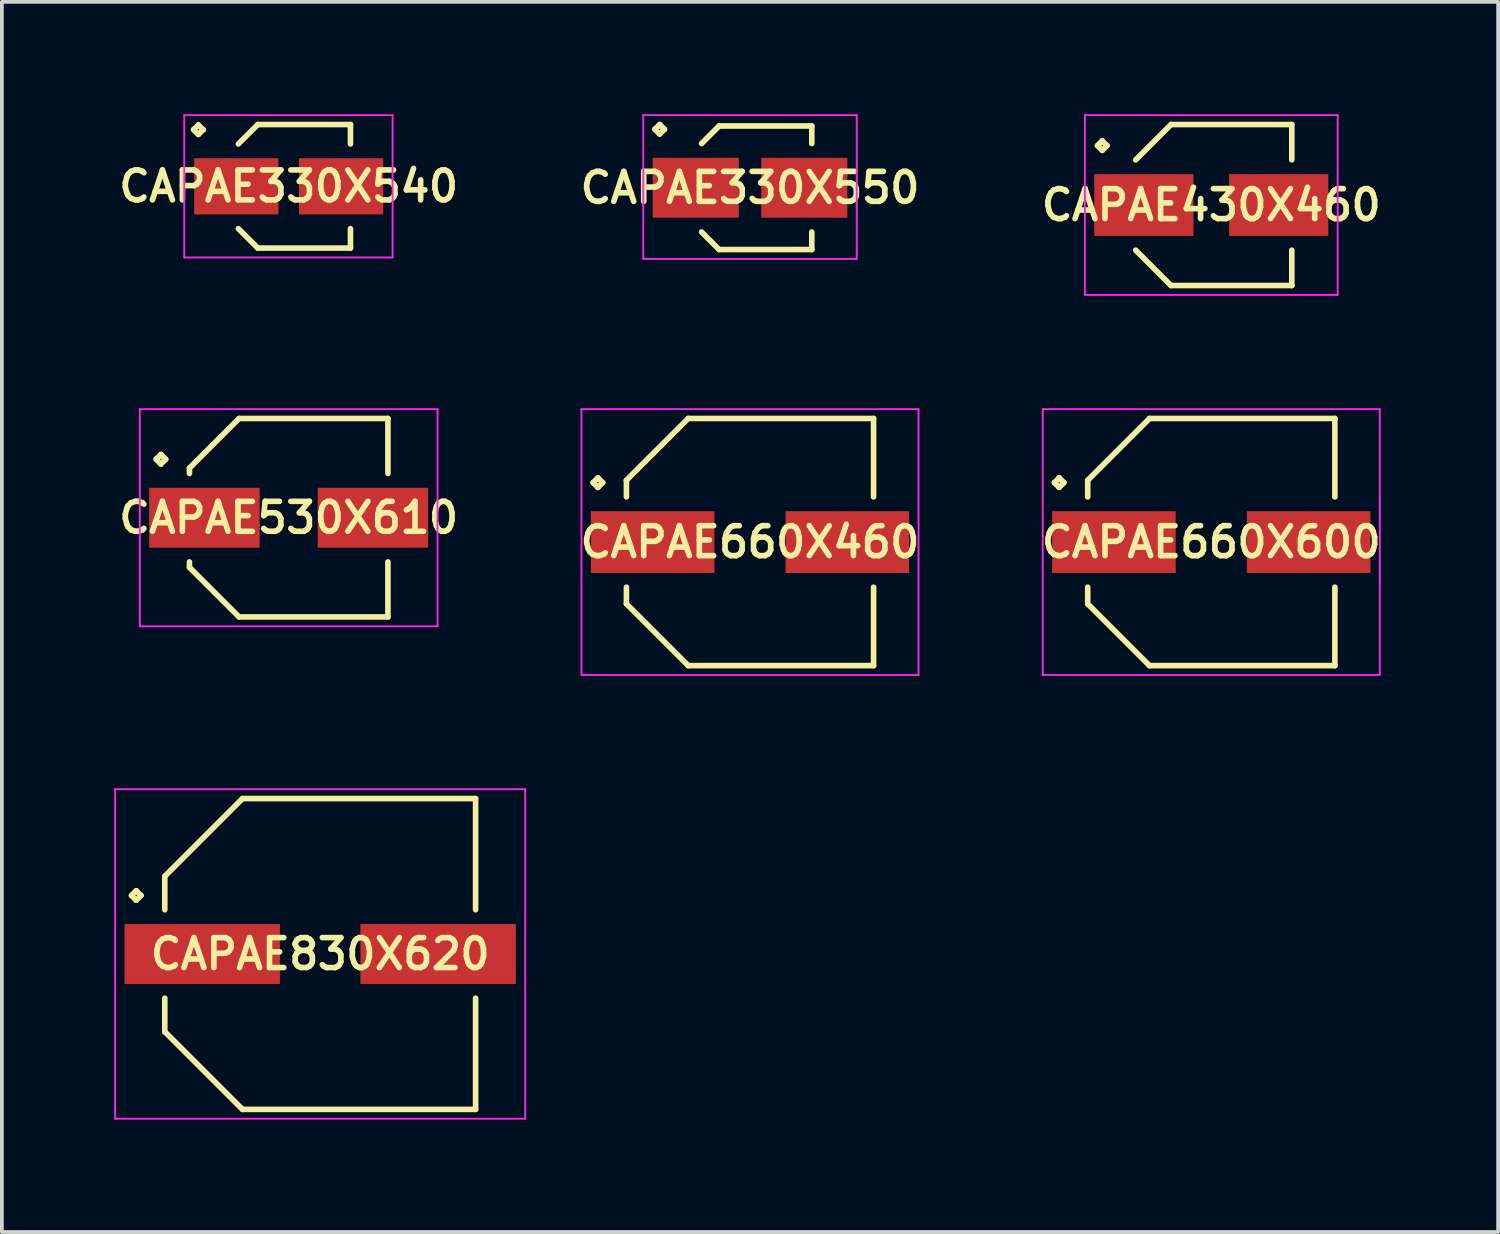
<source format=kicad_pcb>
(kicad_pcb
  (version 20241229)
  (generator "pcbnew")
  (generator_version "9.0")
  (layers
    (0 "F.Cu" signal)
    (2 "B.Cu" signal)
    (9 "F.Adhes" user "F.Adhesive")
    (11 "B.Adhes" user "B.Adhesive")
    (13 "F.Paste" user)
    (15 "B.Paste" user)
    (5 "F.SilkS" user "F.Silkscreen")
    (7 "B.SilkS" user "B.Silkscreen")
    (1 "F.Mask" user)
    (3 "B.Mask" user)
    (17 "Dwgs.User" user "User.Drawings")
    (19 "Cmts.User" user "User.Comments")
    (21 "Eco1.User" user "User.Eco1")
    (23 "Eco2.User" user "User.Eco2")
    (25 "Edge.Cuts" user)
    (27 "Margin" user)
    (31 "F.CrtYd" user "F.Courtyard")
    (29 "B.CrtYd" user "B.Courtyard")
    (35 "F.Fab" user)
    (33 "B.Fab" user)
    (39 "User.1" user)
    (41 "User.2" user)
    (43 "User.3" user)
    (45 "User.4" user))
  (footprint "CAPAE660X460"
    (layer "F.Cu")
    (at 16.978 11.425)
    (property "Reference" "CAPAE660X460" (at 0 0 0) (layer "F.SilkS") (effects (font (size 0.8 0.8) (thickness 0.15))))
    (attr smd)
    (fp_line (start -4.189 -1.587) (end -4.062 -1.714) (stroke (width 0.15) (type solid)) (layer "F.SilkS"))
    (fp_line (start -4.062 -1.714) (end -3.935 -1.587) (stroke (width 0.15) (type solid)) (layer "F.SilkS"))
    (fp_line (start -4.062 -1.46) (end -4.189 -1.587) (stroke (width 0.15) (type solid)) (layer "F.SilkS"))
    (fp_line (start -3.935 -1.587) (end -4.062 -1.46) (stroke (width 0.15) (type solid)) (layer "F.SilkS"))
    (fp_line (start -3.3 -1.65) (end -3.3 -1.206) (stroke (width 0.15) (type solid)) (layer "F.SilkS"))
    (fp_line (start -3.3 1.65) (end -3.3 1.206) (stroke (width 0.15) (type solid)) (layer "F.SilkS"))
    (fp_line (start -1.65 -3.3) (end -3.3 -1.65) (stroke (width 0.15) (type solid)) (layer "F.SilkS"))
    (fp_line (start -1.65 3.3) (end -3.3 1.65) (stroke (width 0.15) (type solid)) (layer "F.SilkS"))
    (fp_line (start 3.3 -3.3) (end -1.65 -3.3) (stroke (width 0.15) (type solid)) (layer "F.SilkS"))
    (fp_line (start 3.3 -1.206) (end 3.3 -3.3) (stroke (width 0.15) (type solid)) (layer "F.SilkS"))
    (fp_line (start 3.3 1.206) (end 3.3 3.3) (stroke (width 0.15) (type solid)) (layer "F.SilkS"))
    (fp_line (start 3.3 3.3) (end -1.65 3.3) (stroke (width 0.15) (type solid)) (layer "F.SilkS"))
    (fp_line (start -4.5 -3.55) (end 4.5 -3.55) (stroke (width 0.05) (type solid)) (layer "F.CrtYd"))
    (fp_line (start -4.5 3.55) (end -4.5 -3.55) (stroke (width 0.05) (type solid)) (layer "F.CrtYd"))
    (fp_line (start 4.5 -3.55) (end 4.5 3.55) (stroke (width 0.05) (type solid)) (layer "F.CrtYd"))
    (fp_line (start 4.5 3.55) (end -4.5 3.55) (stroke (width 0.05) (type solid)) (layer "F.CrtYd"))
    (pad "1" smd rect (at -2.6 0) (size 3.3 1.65) (layers "F.Cu" "F.Mask" "F.Paste"))
    (pad "2" smd rect (at 2.6 0) (size 3.3 1.65) (layers "F.Cu" "F.Mask" "F.Paste")))
  (footprint "CAPAE830X620"
    (layer "F.Cu")
    (at 5.5 22.425)
    (property "Reference" "CAPAE830X620" (at 0 0 0) (layer "F.SilkS") (effects (font (size 0.8 0.8) (thickness 0.15))))
    (attr smd)
    (fp_line (start -5.039 -1.562) (end -4.912 -1.689) (stroke (width 0.15) (type solid)) (layer "F.SilkS"))
    (fp_line (start -4.912 -1.689) (end -4.785 -1.562) (stroke (width 0.15) (type solid)) (layer "F.SilkS"))
    (fp_line (start -4.912 -1.435) (end -5.039 -1.562) (stroke (width 0.15) (type solid)) (layer "F.SilkS"))
    (fp_line (start -4.785 -1.562) (end -4.912 -1.435) (stroke (width 0.15) (type solid)) (layer "F.SilkS"))
    (fp_line (start -4.15 -2.075) (end -4.15 -1.181) (stroke (width 0.15) (type solid)) (layer "F.SilkS"))
    (fp_line (start -4.15 2.075) (end -4.15 1.181) (stroke (width 0.15) (type solid)) (layer "F.SilkS"))
    (fp_line (start -2.075 -4.15) (end -4.15 -2.075) (stroke (width 0.15) (type solid)) (layer "F.SilkS"))
    (fp_line (start -2.075 4.15) (end -4.15 2.075) (stroke (width 0.15) (type solid)) (layer "F.SilkS"))
    (fp_line (start 4.15 -4.15) (end -2.075 -4.15) (stroke (width 0.15) (type solid)) (layer "F.SilkS"))
    (fp_line (start 4.15 -1.181) (end 4.15 -4.15) (stroke (width 0.15) (type solid)) (layer "F.SilkS"))
    (fp_line (start 4.15 1.181) (end 4.15 4.15) (stroke (width 0.15) (type solid)) (layer "F.SilkS"))
    (fp_line (start 4.15 4.15) (end -2.075 4.15) (stroke (width 0.15) (type solid)) (layer "F.SilkS"))
    (fp_line (start -5.475 -4.4) (end 5.475 -4.4) (stroke (width 0.05) (type solid)) (layer "F.CrtYd"))
    (fp_line (start -5.475 4.4) (end -5.475 -4.4) (stroke (width 0.05) (type solid)) (layer "F.CrtYd"))
    (fp_line (start 5.475 -4.4) (end 5.475 4.4) (stroke (width 0.05) (type solid)) (layer "F.CrtYd"))
    (fp_line (start 5.475 4.4) (end -5.475 4.4) (stroke (width 0.05) (type solid)) (layer "F.CrtYd"))
    (pad "1" smd rect (at -3.15 0) (size 4.15 1.6) (layers "F.Cu" "F.Mask" "F.Paste"))
    (pad "2" smd rect (at 3.15 0) (size 4.15 1.6) (layers "F.Cu" "F.Mask" "F.Paste")))
  (footprint "CAPAE330X550"
    (layer "F.Cu")
    (at 16.978 1.964)
    (property "Reference" "CAPAE330X550" (at 0 0 0) (layer "F.SilkS") (effects (font (size 0.8 0.8) (thickness 0.15))))
    (attr smd)
    (fp_line (start -2.539 -1.562) (end -2.412 -1.689) (stroke (width 0.15) (type solid)) (layer "F.SilkS"))
    (fp_line (start -2.412 -1.689) (end -2.285 -1.562) (stroke (width 0.15) (type solid)) (layer "F.SilkS"))
    (fp_line (start -2.412 -1.435) (end -2.539 -1.562) (stroke (width 0.15) (type solid)) (layer "F.SilkS"))
    (fp_line (start -2.285 -1.562) (end -2.412 -1.435) (stroke (width 0.15) (type solid)) (layer "F.SilkS"))
    (fp_line (start -0.825 -1.65) (end -1.294 -1.181) (stroke (width 0.15) (type solid)) (layer "F.SilkS"))
    (fp_line (start -0.825 1.65) (end -1.294 1.181) (stroke (width 0.15) (type solid)) (layer "F.SilkS"))
    (fp_line (start 1.65 -1.65) (end -0.825 -1.65) (stroke (width 0.15) (type solid)) (layer "F.SilkS"))
    (fp_line (start 1.65 -1.181) (end 1.65 -1.65) (stroke (width 0.15) (type solid)) (layer "F.SilkS"))
    (fp_line (start 1.65 1.181) (end 1.65 1.65) (stroke (width 0.15) (type solid)) (layer "F.SilkS"))
    (fp_line (start 1.65 1.65) (end -0.825 1.65) (stroke (width 0.15) (type solid)) (layer "F.SilkS"))
    (fp_line (start -2.85 -1.939) (end 2.85 -1.939) (stroke (width 0.05) (type solid)) (layer "F.CrtYd"))
    (fp_line (start -2.85 1.9) (end -2.85 -1.939) (stroke (width 0.05) (type solid)) (layer "F.CrtYd"))
    (fp_line (start 2.85 -1.939) (end 2.85 1.9) (stroke (width 0.05) (type solid)) (layer "F.CrtYd"))
    (fp_line (start 2.85 1.9) (end -2.85 1.9) (stroke (width 0.05) (type solid)) (layer "F.CrtYd"))
    (pad "1" smd rect (at -1.45 0) (size 2.3 1.6) (layers "F.Cu" "F.Mask" "F.Paste"))
    (pad "2" smd rect (at 1.45 0) (size 2.3 1.6) (layers "F.Cu" "F.Mask" "F.Paste")))
  (footprint "CAPAE530X610"
    (layer "F.Cu")
    (at 4.659 10.775)
    (property "Reference" "CAPAE530X610" (at 0 0 0) (layer "F.SilkS") (effects (font (size 0.8 0.8) (thickness 0.15))))
    (attr smd)
    (fp_line (start -3.539 -1.562) (end -3.412 -1.689) (stroke (width 0.15) (type solid)) (layer "F.SilkS"))
    (fp_line (start -3.412 -1.689) (end -3.285 -1.562) (stroke (width 0.15) (type solid)) (layer "F.SilkS"))
    (fp_line (start -3.412 -1.435) (end -3.539 -1.562) (stroke (width 0.15) (type solid)) (layer "F.SilkS"))
    (fp_line (start -3.285 -1.562) (end -3.412 -1.435) (stroke (width 0.15) (type solid)) (layer "F.SilkS"))
    (fp_line (start -2.65 -1.325) (end -2.65 -1.181) (stroke (width 0.15) (type solid)) (layer "F.SilkS"))
    (fp_line (start -2.65 1.325) (end -2.65 1.181) (stroke (width 0.15) (type solid)) (layer "F.SilkS"))
    (fp_line (start -1.325 -2.65) (end -2.65 -1.325) (stroke (width 0.15) (type solid)) (layer "F.SilkS"))
    (fp_line (start -1.325 2.65) (end -2.65 1.325) (stroke (width 0.15) (type solid)) (layer "F.SilkS"))
    (fp_line (start 2.65 -2.65) (end -1.325 -2.65) (stroke (width 0.15) (type solid)) (layer "F.SilkS"))
    (fp_line (start 2.65 -1.181) (end 2.65 -2.65) (stroke (width 0.15) (type solid)) (layer "F.SilkS"))
    (fp_line (start 2.65 1.181) (end 2.65 2.65) (stroke (width 0.15) (type solid)) (layer "F.SilkS"))
    (fp_line (start 2.65 2.65) (end -1.325 2.65) (stroke (width 0.15) (type solid)) (layer "F.SilkS"))
    (fp_line (start -3.975 -2.9) (end 3.975 -2.9) (stroke (width 0.05) (type solid)) (layer "F.CrtYd"))
    (fp_line (start -3.975 2.9) (end -3.975 -2.9) (stroke (width 0.05) (type solid)) (layer "F.CrtYd"))
    (fp_line (start 3.975 -2.9) (end 3.975 2.9) (stroke (width 0.05) (type solid)) (layer "F.CrtYd"))
    (fp_line (start 3.975 2.9) (end -3.975 2.9) (stroke (width 0.05) (type solid)) (layer "F.CrtYd"))
    (pad "1" smd rect (at -2.25 0) (size 2.95 1.6) (layers "F.Cu" "F.Mask" "F.Paste"))
    (pad "2" smd rect (at 2.25 0) (size 2.95 1.6) (layers "F.Cu" "F.Mask" "F.Paste")))
  (footprint "CAPAE660X600"
    (layer "F.Cu")
    (at 29.296 11.425)
    (property "Reference" "CAPAE660X600" (at 0 0 0) (layer "F.SilkS") (effects (font (size 0.8 0.8) (thickness 0.15))))
    (attr smd)
    (fp_line (start -4.189 -1.587) (end -4.062 -1.714) (stroke (width 0.15) (type solid)) (layer "F.SilkS"))
    (fp_line (start -4.062 -1.714) (end -3.935 -1.587) (stroke (width 0.15) (type solid)) (layer "F.SilkS"))
    (fp_line (start -4.062 -1.46) (end -4.189 -1.587) (stroke (width 0.15) (type solid)) (layer "F.SilkS"))
    (fp_line (start -3.935 -1.587) (end -4.062 -1.46) (stroke (width 0.15) (type solid)) (layer "F.SilkS"))
    (fp_line (start -3.3 -1.65) (end -3.3 -1.206) (stroke (width 0.15) (type solid)) (layer "F.SilkS"))
    (fp_line (start -3.3 1.65) (end -3.3 1.206) (stroke (width 0.15) (type solid)) (layer "F.SilkS"))
    (fp_line (start -1.65 -3.3) (end -3.3 -1.65) (stroke (width 0.15) (type solid)) (layer "F.SilkS"))
    (fp_line (start -1.65 3.3) (end -3.3 1.65) (stroke (width 0.15) (type solid)) (layer "F.SilkS"))
    (fp_line (start 3.3 -3.3) (end -1.65 -3.3) (stroke (width 0.15) (type solid)) (layer "F.SilkS"))
    (fp_line (start 3.3 -1.206) (end 3.3 -3.3) (stroke (width 0.15) (type solid)) (layer "F.SilkS"))
    (fp_line (start 3.3 1.206) (end 3.3 3.3) (stroke (width 0.15) (type solid)) (layer "F.SilkS"))
    (fp_line (start 3.3 3.3) (end -1.65 3.3) (stroke (width 0.15) (type solid)) (layer "F.SilkS"))
    (fp_line (start -4.5 -3.55) (end 4.5 -3.55) (stroke (width 0.05) (type solid)) (layer "F.CrtYd"))
    (fp_line (start -4.5 3.55) (end -4.5 -3.55) (stroke (width 0.05) (type solid)) (layer "F.CrtYd"))
    (fp_line (start 4.5 -3.55) (end 4.5 3.55) (stroke (width 0.05) (type solid)) (layer "F.CrtYd"))
    (fp_line (start 4.5 3.55) (end -4.5 3.55) (stroke (width 0.05) (type solid)) (layer "F.CrtYd"))
    (pad "1" smd rect (at -2.6 0) (size 3.3 1.65) (layers "F.Cu" "F.Mask" "F.Paste"))
    (pad "2" smd rect (at 2.6 0) (size 3.3 1.65) (layers "F.Cu" "F.Mask" "F.Paste")))
  (footprint "CAPAE430X460"
    (layer "F.Cu")
    (at 29.296 2.425)
    (property "Reference" "CAPAE430X460" (at 0 0 0) (layer "F.SilkS") (effects (font (size 0.8 0.8) (thickness 0.15))))
    (attr smd)
    (fp_line (start -3.039 -1.587) (end -2.912 -1.714) (stroke (width 0.15) (type solid)) (layer "F.SilkS"))
    (fp_line (start -2.912 -1.714) (end -2.785 -1.587) (stroke (width 0.15) (type solid)) (layer "F.SilkS"))
    (fp_line (start -2.912 -1.46) (end -3.039 -1.587) (stroke (width 0.15) (type solid)) (layer "F.SilkS"))
    (fp_line (start -2.785 -1.587) (end -2.912 -1.46) (stroke (width 0.15) (type solid)) (layer "F.SilkS"))
    (fp_line (start -1.075 -2.15) (end -2.019 -1.206) (stroke (width 0.15) (type solid)) (layer "F.SilkS"))
    (fp_line (start -1.075 2.15) (end -2.019 1.206) (stroke (width 0.15) (type solid)) (layer "F.SilkS"))
    (fp_line (start 2.15 -2.15) (end -1.075 -2.15) (stroke (width 0.15) (type solid)) (layer "F.SilkS"))
    (fp_line (start 2.15 -1.206) (end 2.15 -2.15) (stroke (width 0.15) (type solid)) (layer "F.SilkS"))
    (fp_line (start 2.15 1.206) (end 2.15 2.15) (stroke (width 0.15) (type solid)) (layer "F.SilkS"))
    (fp_line (start 2.15 2.15) (end -1.075 2.15) (stroke (width 0.15) (type solid)) (layer "F.SilkS"))
    (fp_line (start -3.375 -2.4) (end 3.375 -2.4) (stroke (width 0.05) (type solid)) (layer "F.CrtYd"))
    (fp_line (start -3.375 2.4) (end -3.375 -2.4) (stroke (width 0.05) (type solid)) (layer "F.CrtYd"))
    (fp_line (start 3.375 -2.4) (end 3.375 2.4) (stroke (width 0.05) (type solid)) (layer "F.CrtYd"))
    (fp_line (start 3.375 2.4) (end -3.375 2.4) (stroke (width 0.05) (type solid)) (layer "F.CrtYd"))
    (pad "1" smd rect (at -1.8 0) (size 2.65 1.65) (layers "F.Cu" "F.Mask" "F.Paste"))
    (pad "2" smd rect (at 1.8 0) (size 2.65 1.65) (layers "F.Cu" "F.Mask" "F.Paste")))
  (footprint "CAPAE330X540"
    (layer "F.Cu")
    (at 4.659 1.925)
    (property "Reference" "CAPAE330X540" (at 0 0 0) (layer "F.SilkS") (effects (font (size 0.8 0.8) (thickness 0.15))))
    (attr smd)
    (fp_line (start -2.539 -1.512) (end -2.412 -1.639) (stroke (width 0.15) (type solid)) (layer "F.SilkS"))
    (fp_line (start -2.412 -1.639) (end -2.285 -1.512) (stroke (width 0.15) (type solid)) (layer "F.SilkS"))
    (fp_line (start -2.412 -1.385) (end -2.539 -1.512) (stroke (width 0.15) (type solid)) (layer "F.SilkS"))
    (fp_line (start -2.285 -1.512) (end -2.412 -1.385) (stroke (width 0.15) (type solid)) (layer "F.SilkS"))
    (fp_line (start -0.825 -1.65) (end -1.344 -1.131) (stroke (width 0.15) (type solid)) (layer "F.SilkS"))
    (fp_line (start -0.825 1.65) (end -1.344 1.131) (stroke (width 0.15) (type solid)) (layer "F.SilkS"))
    (fp_line (start 1.65 -1.65) (end -0.825 -1.65) (stroke (width 0.15) (type solid)) (layer "F.SilkS"))
    (fp_line (start 1.65 -1.131) (end 1.65 -1.65) (stroke (width 0.15) (type solid)) (layer "F.SilkS"))
    (fp_line (start 1.65 1.131) (end 1.65 1.65) (stroke (width 0.15) (type solid)) (layer "F.SilkS"))
    (fp_line (start 1.65 1.65) (end -0.825 1.65) (stroke (width 0.15) (type solid)) (layer "F.SilkS"))
    (fp_line (start -2.789 -1.9) (end 2.775 -1.9) (stroke (width 0.05) (type solid)) (layer "F.CrtYd"))
    (fp_line (start -2.789 1.9) (end -2.789 -1.9) (stroke (width 0.05) (type solid)) (layer "F.CrtYd"))
    (fp_line (start 2.775 -1.9) (end 2.775 1.9) (stroke (width 0.05) (type solid)) (layer "F.CrtYd"))
    (fp_line (start 2.775 1.9) (end -2.789 1.9) (stroke (width 0.05) (type solid)) (layer "F.CrtYd"))
    (pad "1" smd rect (at -1.4 0) (size 2.25 1.5) (layers "F.Cu" "F.Mask" "F.Paste"))
    (pad "2" smd rect (at 1.4 0) (size 2.25 1.5) (layers "F.Cu" "F.Mask" "F.Paste")))
  (gr_rect
    (start -3 -3)
    (end 36.956 29.85)
    (stroke (width 0.1) (type default))
    (fill no)
    (layer "Edge.Cuts")))
</source>
